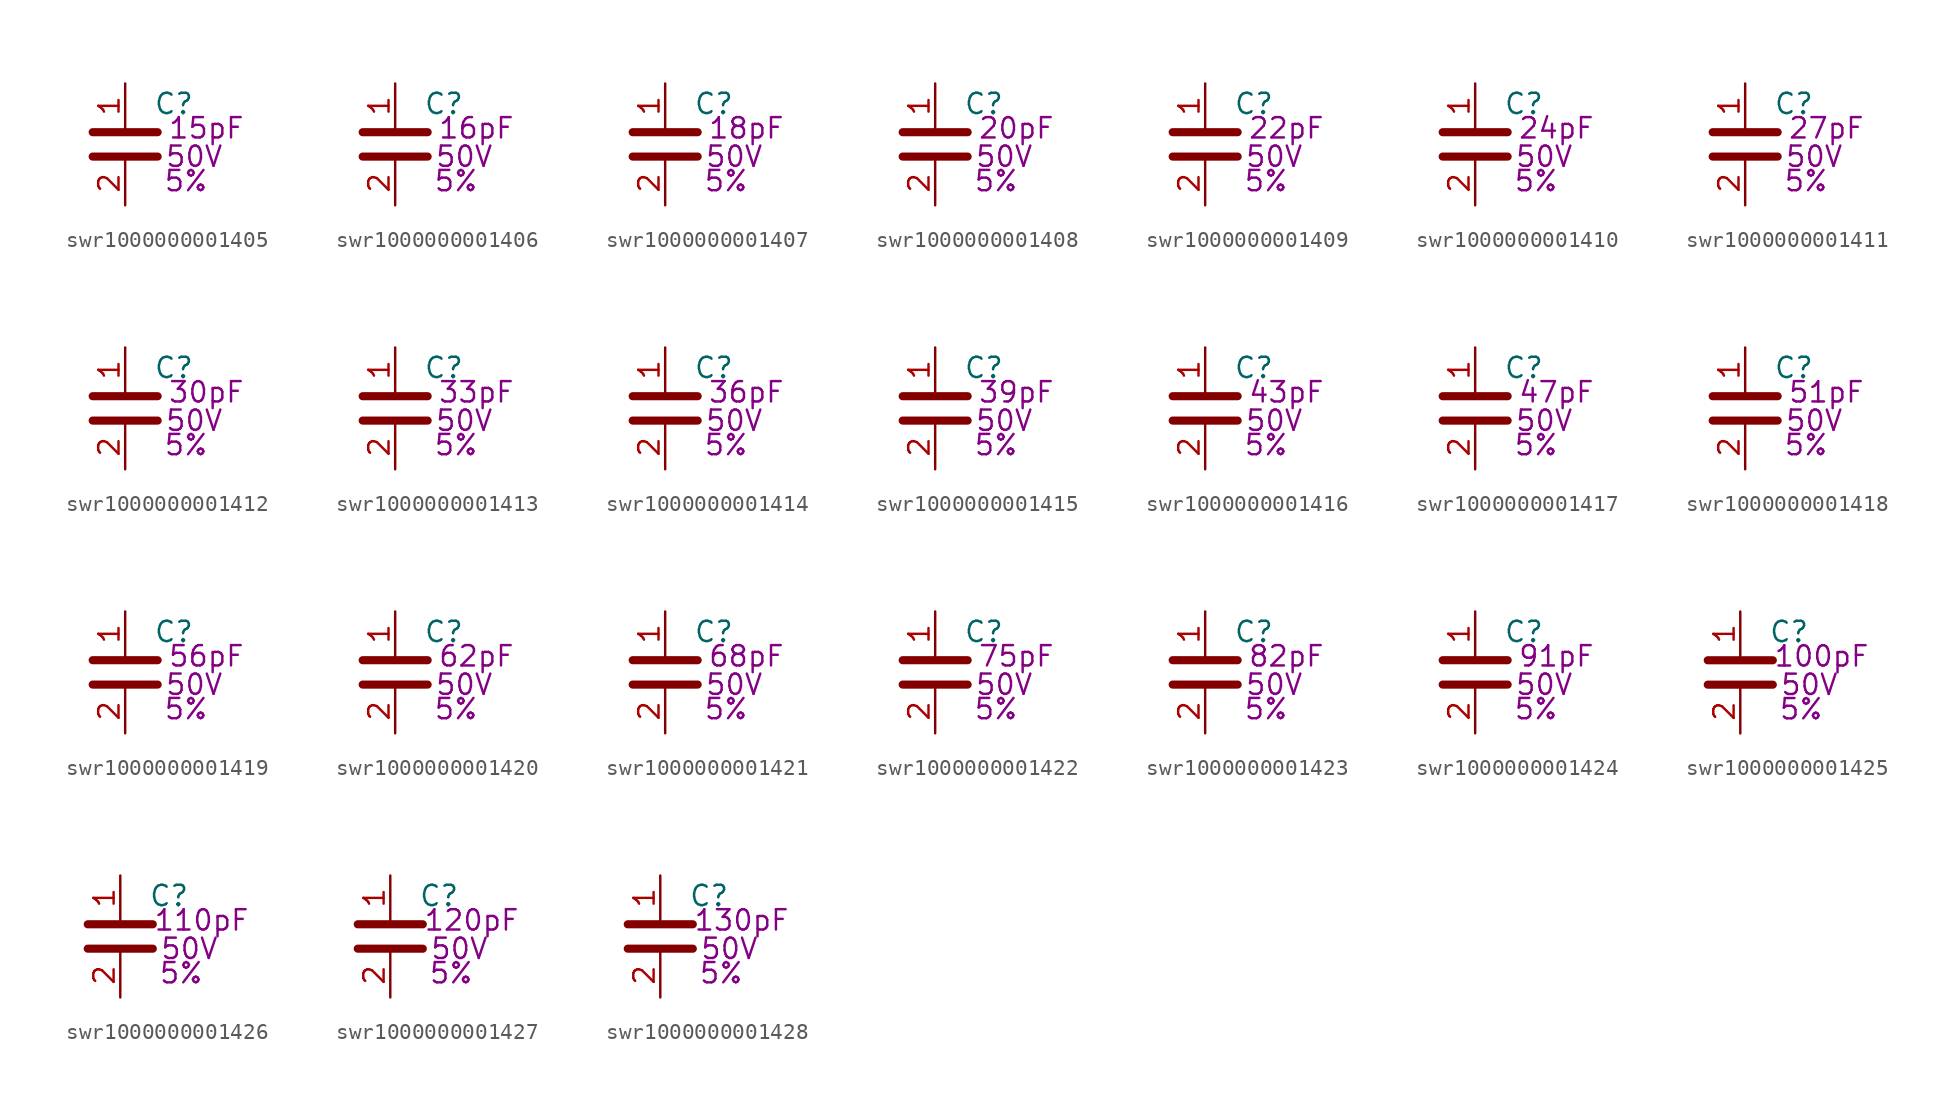
<source format=kicad_sym>
(kicad_symbol_lib
  (version 20220914)
  (generator kicad_symbol_editor)
  (symbol "swr1000000001405"
    (pin_names
      (offset 1.016))
    (property "Reference" "C"
      (at 3.048 2.54 0)
      (effects (font (size 1.27 1.27))))
    (property "PartValue" "15pF"
      (at 5.08 1.016 0)
      (effects (font (size 1.27 1.27))))
    (property "Voltage" "50V"
      (at 4.318 -0.762 0)
      (effects (font (size 1.27 1.27))))
    (property "Tolerance" "5%"
      (at 3.81 -2.286 0)
      (effects (font (size 1.27 1.27))))
    (symbol "swr1000000001405_1_1"
      (polyline (pts (xy -2.032 -0.762) (xy 2.032 -0.762)) (stroke (width 0.508) (type default)) (fill (type none)))
      (polyline (pts (xy -2.032 0.762) (xy 2.032 0.762)) (stroke (width 0.508) (type default)) (fill (type none)))
      (pin passive line (at 0 3.81 270) (length 2.794) (name "~" (effects (font (size 1.27 1.27)))) (number "1" (effects (font (size 1.27 1.27)))))
      (pin passive line (at 0 -3.81 90) (length 2.794) (name "~" (effects (font (size 1.27 1.27)))) (number "2" (effects (font (size 1.27 1.27)))))))
  (symbol "swr1000000001406"
    (pin_names
      (offset 1.016))
    (property "Reference" "C"
      (at 3.048 2.54 0)
      (effects (font (size 1.27 1.27))))
    (property "PartValue" "16pF"
      (at 5.08 1.016 0)
      (effects (font (size 1.27 1.27))))
    (property "Voltage" "50V"
      (at 4.318 -0.762 0)
      (effects (font (size 1.27 1.27))))
    (property "Tolerance" "5%"
      (at 3.81 -2.286 0)
      (effects (font (size 1.27 1.27))))
    (symbol "swr1000000001406_1_1"
      (polyline (pts (xy -2.032 -0.762) (xy 2.032 -0.762)) (stroke (width 0.508) (type default)) (fill (type none)))
      (polyline (pts (xy -2.032 0.762) (xy 2.032 0.762)) (stroke (width 0.508) (type default)) (fill (type none)))
      (pin passive line (at 0 3.81 270) (length 2.794) (name "~" (effects (font (size 1.27 1.27)))) (number "1" (effects (font (size 1.27 1.27)))))
      (pin passive line (at 0 -3.81 90) (length 2.794) (name "~" (effects (font (size 1.27 1.27)))) (number "2" (effects (font (size 1.27 1.27)))))))
  (symbol "swr1000000001407"
    (pin_names
      (offset 1.016))
    (property "Reference" "C"
      (at 3.048 2.54 0)
      (effects (font (size 1.27 1.27))))
    (property "PartValue" "18pF"
      (at 5.08 1.016 0)
      (effects (font (size 1.27 1.27))))
    (property "Voltage" "50V"
      (at 4.318 -0.762 0)
      (effects (font (size 1.27 1.27))))
    (property "Tolerance" "5%"
      (at 3.81 -2.286 0)
      (effects (font (size 1.27 1.27))))
    (symbol "swr1000000001407_1_1"
      (polyline (pts (xy -2.032 -0.762) (xy 2.032 -0.762)) (stroke (width 0.508) (type default)) (fill (type none)))
      (polyline (pts (xy -2.032 0.762) (xy 2.032 0.762)) (stroke (width 0.508) (type default)) (fill (type none)))
      (pin passive line (at 0 3.81 270) (length 2.794) (name "~" (effects (font (size 1.27 1.27)))) (number "1" (effects (font (size 1.27 1.27)))))
      (pin passive line (at 0 -3.81 90) (length 2.794) (name "~" (effects (font (size 1.27 1.27)))) (number "2" (effects (font (size 1.27 1.27)))))))
  (symbol "swr1000000001408"
    (pin_names
      (offset 1.016))
    (property "Reference" "C"
      (at 3.048 2.54 0)
      (effects (font (size 1.27 1.27))))
    (property "PartValue" "20pF"
      (at 5.08 1.016 0)
      (effects (font (size 1.27 1.27))))
    (property "Voltage" "50V"
      (at 4.318 -0.762 0)
      (effects (font (size 1.27 1.27))))
    (property "Tolerance" "5%"
      (at 3.81 -2.286 0)
      (effects (font (size 1.27 1.27))))
    (symbol "swr1000000001408_1_1"
      (polyline (pts (xy -2.032 -0.762) (xy 2.032 -0.762)) (stroke (width 0.508) (type default)) (fill (type none)))
      (polyline (pts (xy -2.032 0.762) (xy 2.032 0.762)) (stroke (width 0.508) (type default)) (fill (type none)))
      (pin passive line (at 0 3.81 270) (length 2.794) (name "~" (effects (font (size 1.27 1.27)))) (number "1" (effects (font (size 1.27 1.27)))))
      (pin passive line (at 0 -3.81 90) (length 2.794) (name "~" (effects (font (size 1.27 1.27)))) (number "2" (effects (font (size 1.27 1.27)))))))
  (symbol "swr1000000001409"
    (pin_names
      (offset 1.016))
    (property "Reference" "C"
      (at 3.048 2.54 0)
      (effects (font (size 1.27 1.27))))
    (property "PartValue" "22pF"
      (at 5.08 1.016 0)
      (effects (font (size 1.27 1.27))))
    (property "Voltage" "50V"
      (at 4.318 -0.762 0)
      (effects (font (size 1.27 1.27))))
    (property "Tolerance" "5%"
      (at 3.81 -2.286 0)
      (effects (font (size 1.27 1.27))))
    (symbol "swr1000000001409_1_1"
      (polyline (pts (xy -2.032 -0.762) (xy 2.032 -0.762)) (stroke (width 0.508) (type default)) (fill (type none)))
      (polyline (pts (xy -2.032 0.762) (xy 2.032 0.762)) (stroke (width 0.508) (type default)) (fill (type none)))
      (pin passive line (at 0 3.81 270) (length 2.794) (name "~" (effects (font (size 1.27 1.27)))) (number "1" (effects (font (size 1.27 1.27)))))
      (pin passive line (at 0 -3.81 90) (length 2.794) (name "~" (effects (font (size 1.27 1.27)))) (number "2" (effects (font (size 1.27 1.27)))))))
  (symbol "swr1000000001410"
    (pin_names
      (offset 1.016))
    (property "Reference" "C"
      (at 3.048 2.54 0)
      (effects (font (size 1.27 1.27))))
    (property "PartValue" "24pF"
      (at 5.08 1.016 0)
      (effects (font (size 1.27 1.27))))
    (property "Voltage" "50V"
      (at 4.318 -0.762 0)
      (effects (font (size 1.27 1.27))))
    (property "Tolerance" "5%"
      (at 3.81 -2.286 0)
      (effects (font (size 1.27 1.27))))
    (symbol "swr1000000001410_1_1"
      (polyline (pts (xy -2.032 -0.762) (xy 2.032 -0.762)) (stroke (width 0.508) (type default)) (fill (type none)))
      (polyline (pts (xy -2.032 0.762) (xy 2.032 0.762)) (stroke (width 0.508) (type default)) (fill (type none)))
      (pin passive line (at 0 3.81 270) (length 2.794) (name "~" (effects (font (size 1.27 1.27)))) (number "1" (effects (font (size 1.27 1.27)))))
      (pin passive line (at 0 -3.81 90) (length 2.794) (name "~" (effects (font (size 1.27 1.27)))) (number "2" (effects (font (size 1.27 1.27)))))))
  (symbol "swr1000000001411"
    (pin_names
      (offset 1.016))
    (property "Reference" "C"
      (at 3.048 2.54 0)
      (effects (font (size 1.27 1.27))))
    (property "PartValue" "27pF"
      (at 5.08 1.016 0)
      (effects (font (size 1.27 1.27))))
    (property "Voltage" "50V"
      (at 4.318 -0.762 0)
      (effects (font (size 1.27 1.27))))
    (property "Tolerance" "5%"
      (at 3.81 -2.286 0)
      (effects (font (size 1.27 1.27))))
    (symbol "swr1000000001411_1_1"
      (polyline (pts (xy -2.032 -0.762) (xy 2.032 -0.762)) (stroke (width 0.508) (type default)) (fill (type none)))
      (polyline (pts (xy -2.032 0.762) (xy 2.032 0.762)) (stroke (width 0.508) (type default)) (fill (type none)))
      (pin passive line (at 0 3.81 270) (length 2.794) (name "~" (effects (font (size 1.27 1.27)))) (number "1" (effects (font (size 1.27 1.27)))))
      (pin passive line (at 0 -3.81 90) (length 2.794) (name "~" (effects (font (size 1.27 1.27)))) (number "2" (effects (font (size 1.27 1.27)))))))
  (symbol "swr1000000001412"
    (pin_names
      (offset 1.016))
    (property "Reference" "C"
      (at 3.048 2.54 0)
      (effects (font (size 1.27 1.27))))
    (property "PartValue" "30pF"
      (at 5.08 1.016 0)
      (effects (font (size 1.27 1.27))))
    (property "Voltage" "50V"
      (at 4.318 -0.762 0)
      (effects (font (size 1.27 1.27))))
    (property "Tolerance" "5%"
      (at 3.81 -2.286 0)
      (effects (font (size 1.27 1.27))))
    (symbol "swr1000000001412_1_1"
      (polyline (pts (xy -2.032 -0.762) (xy 2.032 -0.762)) (stroke (width 0.508) (type default)) (fill (type none)))
      (polyline (pts (xy -2.032 0.762) (xy 2.032 0.762)) (stroke (width 0.508) (type default)) (fill (type none)))
      (pin passive line (at 0 3.81 270) (length 2.794) (name "~" (effects (font (size 1.27 1.27)))) (number "1" (effects (font (size 1.27 1.27)))))
      (pin passive line (at 0 -3.81 90) (length 2.794) (name "~" (effects (font (size 1.27 1.27)))) (number "2" (effects (font (size 1.27 1.27)))))))
  (symbol "swr1000000001413"
    (pin_names
      (offset 1.016))
    (property "Reference" "C"
      (at 3.048 2.54 0)
      (effects (font (size 1.27 1.27))))
    (property "PartValue" "33pF"
      (at 5.08 1.016 0)
      (effects (font (size 1.27 1.27))))
    (property "Voltage" "50V"
      (at 4.318 -0.762 0)
      (effects (font (size 1.27 1.27))))
    (property "Tolerance" "5%"
      (at 3.81 -2.286 0)
      (effects (font (size 1.27 1.27))))
    (symbol "swr1000000001413_1_1"
      (polyline (pts (xy -2.032 -0.762) (xy 2.032 -0.762)) (stroke (width 0.508) (type default)) (fill (type none)))
      (polyline (pts (xy -2.032 0.762) (xy 2.032 0.762)) (stroke (width 0.508) (type default)) (fill (type none)))
      (pin passive line (at 0 3.81 270) (length 2.794) (name "~" (effects (font (size 1.27 1.27)))) (number "1" (effects (font (size 1.27 1.27)))))
      (pin passive line (at 0 -3.81 90) (length 2.794) (name "~" (effects (font (size 1.27 1.27)))) (number "2" (effects (font (size 1.27 1.27)))))))
  (symbol "swr1000000001414"
    (pin_names
      (offset 1.016))
    (property "Reference" "C"
      (at 3.048 2.54 0)
      (effects (font (size 1.27 1.27))))
    (property "PartValue" "36pF"
      (at 5.08 1.016 0)
      (effects (font (size 1.27 1.27))))
    (property "Voltage" "50V"
      (at 4.318 -0.762 0)
      (effects (font (size 1.27 1.27))))
    (property "Tolerance" "5%"
      (at 3.81 -2.286 0)
      (effects (font (size 1.27 1.27))))
    (symbol "swr1000000001414_1_1"
      (polyline (pts (xy -2.032 -0.762) (xy 2.032 -0.762)) (stroke (width 0.508) (type default)) (fill (type none)))
      (polyline (pts (xy -2.032 0.762) (xy 2.032 0.762)) (stroke (width 0.508) (type default)) (fill (type none)))
      (pin passive line (at 0 3.81 270) (length 2.794) (name "~" (effects (font (size 1.27 1.27)))) (number "1" (effects (font (size 1.27 1.27)))))
      (pin passive line (at 0 -3.81 90) (length 2.794) (name "~" (effects (font (size 1.27 1.27)))) (number "2" (effects (font (size 1.27 1.27)))))))
  (symbol "swr1000000001415"
    (pin_names
      (offset 1.016))
    (property "Reference" "C"
      (at 3.048 2.54 0)
      (effects (font (size 1.27 1.27))))
    (property "PartValue" "39pF"
      (at 5.08 1.016 0)
      (effects (font (size 1.27 1.27))))
    (property "Voltage" "50V"
      (at 4.318 -0.762 0)
      (effects (font (size 1.27 1.27))))
    (property "Tolerance" "5%"
      (at 3.81 -2.286 0)
      (effects (font (size 1.27 1.27))))
    (symbol "swr1000000001415_1_1"
      (polyline (pts (xy -2.032 -0.762) (xy 2.032 -0.762)) (stroke (width 0.508) (type default)) (fill (type none)))
      (polyline (pts (xy -2.032 0.762) (xy 2.032 0.762)) (stroke (width 0.508) (type default)) (fill (type none)))
      (pin passive line (at 0 3.81 270) (length 2.794) (name "~" (effects (font (size 1.27 1.27)))) (number "1" (effects (font (size 1.27 1.27)))))
      (pin passive line (at 0 -3.81 90) (length 2.794) (name "~" (effects (font (size 1.27 1.27)))) (number "2" (effects (font (size 1.27 1.27)))))))
  (symbol "swr1000000001416"
    (pin_names
      (offset 1.016))
    (property "Reference" "C"
      (at 3.048 2.54 0)
      (effects (font (size 1.27 1.27))))
    (property "PartValue" "43pF"
      (at 5.08 1.016 0)
      (effects (font (size 1.27 1.27))))
    (property "Voltage" "50V"
      (at 4.318 -0.762 0)
      (effects (font (size 1.27 1.27))))
    (property "Tolerance" "5%"
      (at 3.81 -2.286 0)
      (effects (font (size 1.27 1.27))))
    (symbol "swr1000000001416_1_1"
      (polyline (pts (xy -2.032 -0.762) (xy 2.032 -0.762)) (stroke (width 0.508) (type default)) (fill (type none)))
      (polyline (pts (xy -2.032 0.762) (xy 2.032 0.762)) (stroke (width 0.508) (type default)) (fill (type none)))
      (pin passive line (at 0 3.81 270) (length 2.794) (name "~" (effects (font (size 1.27 1.27)))) (number "1" (effects (font (size 1.27 1.27)))))
      (pin passive line (at 0 -3.81 90) (length 2.794) (name "~" (effects (font (size 1.27 1.27)))) (number "2" (effects (font (size 1.27 1.27)))))))
  (symbol "swr1000000001417"
    (pin_names
      (offset 1.016))
    (property "Reference" "C"
      (at 3.048 2.54 0)
      (effects (font (size 1.27 1.27))))
    (property "PartValue" "47pF"
      (at 5.08 1.016 0)
      (effects (font (size 1.27 1.27))))
    (property "Voltage" "50V"
      (at 4.318 -0.762 0)
      (effects (font (size 1.27 1.27))))
    (property "Tolerance" "5%"
      (at 3.81 -2.286 0)
      (effects (font (size 1.27 1.27))))
    (symbol "swr1000000001417_1_1"
      (polyline (pts (xy -2.032 -0.762) (xy 2.032 -0.762)) (stroke (width 0.508) (type default)) (fill (type none)))
      (polyline (pts (xy -2.032 0.762) (xy 2.032 0.762)) (stroke (width 0.508) (type default)) (fill (type none)))
      (pin passive line (at 0 3.81 270) (length 2.794) (name "~" (effects (font (size 1.27 1.27)))) (number "1" (effects (font (size 1.27 1.27)))))
      (pin passive line (at 0 -3.81 90) (length 2.794) (name "~" (effects (font (size 1.27 1.27)))) (number "2" (effects (font (size 1.27 1.27)))))))
  (symbol "swr1000000001418"
    (pin_names
      (offset 1.016))
    (property "Reference" "C"
      (at 3.048 2.54 0)
      (effects (font (size 1.27 1.27))))
    (property "PartValue" "51pF"
      (at 5.08 1.016 0)
      (effects (font (size 1.27 1.27))))
    (property "Voltage" "50V"
      (at 4.318 -0.762 0)
      (effects (font (size 1.27 1.27))))
    (property "Tolerance" "5%"
      (at 3.81 -2.286 0)
      (effects (font (size 1.27 1.27))))
    (symbol "swr1000000001418_1_1"
      (polyline (pts (xy -2.032 -0.762) (xy 2.032 -0.762)) (stroke (width 0.508) (type default)) (fill (type none)))
      (polyline (pts (xy -2.032 0.762) (xy 2.032 0.762)) (stroke (width 0.508) (type default)) (fill (type none)))
      (pin passive line (at 0 3.81 270) (length 2.794) (name "~" (effects (font (size 1.27 1.27)))) (number "1" (effects (font (size 1.27 1.27)))))
      (pin passive line (at 0 -3.81 90) (length 2.794) (name "~" (effects (font (size 1.27 1.27)))) (number "2" (effects (font (size 1.27 1.27)))))))
  (symbol "swr1000000001419"
    (pin_names
      (offset 1.016))
    (property "Reference" "C"
      (at 3.048 2.54 0)
      (effects (font (size 1.27 1.27))))
    (property "PartValue" "56pF"
      (at 5.08 1.016 0)
      (effects (font (size 1.27 1.27))))
    (property "Voltage" "50V"
      (at 4.318 -0.762 0)
      (effects (font (size 1.27 1.27))))
    (property "Tolerance" "5%"
      (at 3.81 -2.286 0)
      (effects (font (size 1.27 1.27))))
    (symbol "swr1000000001419_1_1"
      (polyline (pts (xy -2.032 -0.762) (xy 2.032 -0.762)) (stroke (width 0.508) (type default)) (fill (type none)))
      (polyline (pts (xy -2.032 0.762) (xy 2.032 0.762)) (stroke (width 0.508) (type default)) (fill (type none)))
      (pin passive line (at 0 3.81 270) (length 2.794) (name "~" (effects (font (size 1.27 1.27)))) (number "1" (effects (font (size 1.27 1.27)))))
      (pin passive line (at 0 -3.81 90) (length 2.794) (name "~" (effects (font (size 1.27 1.27)))) (number "2" (effects (font (size 1.27 1.27)))))))
  (symbol "swr1000000001420"
    (pin_names
      (offset 1.016))
    (property "Reference" "C"
      (at 3.048 2.54 0)
      (effects (font (size 1.27 1.27))))
    (property "PartValue" "62pF"
      (at 5.08 1.016 0)
      (effects (font (size 1.27 1.27))))
    (property "Voltage" "50V"
      (at 4.318 -0.762 0)
      (effects (font (size 1.27 1.27))))
    (property "Tolerance" "5%"
      (at 3.81 -2.286 0)
      (effects (font (size 1.27 1.27))))
    (symbol "swr1000000001420_1_1"
      (polyline (pts (xy -2.032 -0.762) (xy 2.032 -0.762)) (stroke (width 0.508) (type default)) (fill (type none)))
      (polyline (pts (xy -2.032 0.762) (xy 2.032 0.762)) (stroke (width 0.508) (type default)) (fill (type none)))
      (pin passive line (at 0 3.81 270) (length 2.794) (name "~" (effects (font (size 1.27 1.27)))) (number "1" (effects (font (size 1.27 1.27)))))
      (pin passive line (at 0 -3.81 90) (length 2.794) (name "~" (effects (font (size 1.27 1.27)))) (number "2" (effects (font (size 1.27 1.27)))))))
  (symbol "swr1000000001421"
    (pin_names
      (offset 1.016))
    (property "Reference" "C"
      (at 3.048 2.54 0)
      (effects (font (size 1.27 1.27))))
    (property "PartValue" "68pF"
      (at 5.08 1.016 0)
      (effects (font (size 1.27 1.27))))
    (property "Voltage" "50V"
      (at 4.318 -0.762 0)
      (effects (font (size 1.27 1.27))))
    (property "Tolerance" "5%"
      (at 3.81 -2.286 0)
      (effects (font (size 1.27 1.27))))
    (symbol "swr1000000001421_1_1"
      (polyline (pts (xy -2.032 -0.762) (xy 2.032 -0.762)) (stroke (width 0.508) (type default)) (fill (type none)))
      (polyline (pts (xy -2.032 0.762) (xy 2.032 0.762)) (stroke (width 0.508) (type default)) (fill (type none)))
      (pin passive line (at 0 3.81 270) (length 2.794) (name "~" (effects (font (size 1.27 1.27)))) (number "1" (effects (font (size 1.27 1.27)))))
      (pin passive line (at 0 -3.81 90) (length 2.794) (name "~" (effects (font (size 1.27 1.27)))) (number "2" (effects (font (size 1.27 1.27)))))))
  (symbol "swr1000000001422"
    (pin_names
      (offset 1.016))
    (property "Reference" "C"
      (at 3.048 2.54 0)
      (effects (font (size 1.27 1.27))))
    (property "PartValue" "75pF"
      (at 5.08 1.016 0)
      (effects (font (size 1.27 1.27))))
    (property "Voltage" "50V"
      (at 4.318 -0.762 0)
      (effects (font (size 1.27 1.27))))
    (property "Tolerance" "5%"
      (at 3.81 -2.286 0)
      (effects (font (size 1.27 1.27))))
    (symbol "swr1000000001422_1_1"
      (polyline (pts (xy -2.032 -0.762) (xy 2.032 -0.762)) (stroke (width 0.508) (type default)) (fill (type none)))
      (polyline (pts (xy -2.032 0.762) (xy 2.032 0.762)) (stroke (width 0.508) (type default)) (fill (type none)))
      (pin passive line (at 0 3.81 270) (length 2.794) (name "~" (effects (font (size 1.27 1.27)))) (number "1" (effects (font (size 1.27 1.27)))))
      (pin passive line (at 0 -3.81 90) (length 2.794) (name "~" (effects (font (size 1.27 1.27)))) (number "2" (effects (font (size 1.27 1.27)))))))
  (symbol "swr1000000001423"
    (pin_names
      (offset 1.016))
    (property "Reference" "C"
      (at 3.048 2.54 0)
      (effects (font (size 1.27 1.27))))
    (property "PartValue" "82pF"
      (at 5.08 1.016 0)
      (effects (font (size 1.27 1.27))))
    (property "Voltage" "50V"
      (at 4.318 -0.762 0)
      (effects (font (size 1.27 1.27))))
    (property "Tolerance" "5%"
      (at 3.81 -2.286 0)
      (effects (font (size 1.27 1.27))))
    (symbol "swr1000000001423_1_1"
      (polyline (pts (xy -2.032 -0.762) (xy 2.032 -0.762)) (stroke (width 0.508) (type default)) (fill (type none)))
      (polyline (pts (xy -2.032 0.762) (xy 2.032 0.762)) (stroke (width 0.508) (type default)) (fill (type none)))
      (pin passive line (at 0 3.81 270) (length 2.794) (name "~" (effects (font (size 1.27 1.27)))) (number "1" (effects (font (size 1.27 1.27)))))
      (pin passive line (at 0 -3.81 90) (length 2.794) (name "~" (effects (font (size 1.27 1.27)))) (number "2" (effects (font (size 1.27 1.27)))))))
  (symbol "swr1000000001424"
    (pin_names
      (offset 1.016))
    (property "Reference" "C"
      (at 3.048 2.54 0)
      (effects (font (size 1.27 1.27))))
    (property "PartValue" "91pF"
      (at 5.08 1.016 0)
      (effects (font (size 1.27 1.27))))
    (property "Voltage" "50V"
      (at 4.318 -0.762 0)
      (effects (font (size 1.27 1.27))))
    (property "Tolerance" "5%"
      (at 3.81 -2.286 0)
      (effects (font (size 1.27 1.27))))
    (symbol "swr1000000001424_1_1"
      (polyline (pts (xy -2.032 -0.762) (xy 2.032 -0.762)) (stroke (width 0.508) (type default)) (fill (type none)))
      (polyline (pts (xy -2.032 0.762) (xy 2.032 0.762)) (stroke (width 0.508) (type default)) (fill (type none)))
      (pin passive line (at 0 3.81 270) (length 2.794) (name "~" (effects (font (size 1.27 1.27)))) (number "1" (effects (font (size 1.27 1.27)))))
      (pin passive line (at 0 -3.81 90) (length 2.794) (name "~" (effects (font (size 1.27 1.27)))) (number "2" (effects (font (size 1.27 1.27)))))))
  (symbol "swr1000000001425"
    (pin_names
      (offset 1.016))
    (property "Reference" "C"
      (at 3.048 2.54 0)
      (effects (font (size 1.27 1.27))))
    (property "PartValue" "100pF"
      (at 5.08 1.016 0)
      (effects (font (size 1.27 1.27))))
    (property "Voltage" "50V"
      (at 4.318 -0.762 0)
      (effects (font (size 1.27 1.27))))
    (property "Tolerance" "5%"
      (at 3.81 -2.286 0)
      (effects (font (size 1.27 1.27))))
    (symbol "swr1000000001425_1_1"
      (polyline (pts (xy -2.032 -0.762) (xy 2.032 -0.762)) (stroke (width 0.508) (type default)) (fill (type none)))
      (polyline (pts (xy -2.032 0.762) (xy 2.032 0.762)) (stroke (width 0.508) (type default)) (fill (type none)))
      (pin passive line (at 0 3.81 270) (length 2.794) (name "~" (effects (font (size 1.27 1.27)))) (number "1" (effects (font (size 1.27 1.27)))))
      (pin passive line (at 0 -3.81 90) (length 2.794) (name "~" (effects (font (size 1.27 1.27)))) (number "2" (effects (font (size 1.27 1.27)))))))
  (symbol "swr1000000001426"
    (pin_names
      (offset 1.016))
    (property "Reference" "C"
      (at 3.048 2.54 0)
      (effects (font (size 1.27 1.27))))
    (property "PartValue" "110pF"
      (at 5.08 1.016 0)
      (effects (font (size 1.27 1.27))))
    (property "Voltage" "50V"
      (at 4.318 -0.762 0)
      (effects (font (size 1.27 1.27))))
    (property "Tolerance" "5%"
      (at 3.81 -2.286 0)
      (effects (font (size 1.27 1.27))))
    (symbol "swr1000000001426_1_1"
      (polyline (pts (xy -2.032 -0.762) (xy 2.032 -0.762)) (stroke (width 0.508) (type default)) (fill (type none)))
      (polyline (pts (xy -2.032 0.762) (xy 2.032 0.762)) (stroke (width 0.508) (type default)) (fill (type none)))
      (pin passive line (at 0 3.81 270) (length 2.794) (name "~" (effects (font (size 1.27 1.27)))) (number "1" (effects (font (size 1.27 1.27)))))
      (pin passive line (at 0 -3.81 90) (length 2.794) (name "~" (effects (font (size 1.27 1.27)))) (number "2" (effects (font (size 1.27 1.27)))))))
  (symbol "swr1000000001427"
    (pin_names
      (offset 1.016))
    (property "Reference" "C"
      (at 3.048 2.54 0)
      (effects (font (size 1.27 1.27))))
    (property "PartValue" "120pF"
      (at 5.08 1.016 0)
      (effects (font (size 1.27 1.27))))
    (property "Voltage" "50V"
      (at 4.318 -0.762 0)
      (effects (font (size 1.27 1.27))))
    (property "Tolerance" "5%"
      (at 3.81 -2.286 0)
      (effects (font (size 1.27 1.27))))
    (symbol "swr1000000001427_1_1"
      (polyline (pts (xy -2.032 -0.762) (xy 2.032 -0.762)) (stroke (width 0.508) (type default)) (fill (type none)))
      (polyline (pts (xy -2.032 0.762) (xy 2.032 0.762)) (stroke (width 0.508) (type default)) (fill (type none)))
      (pin passive line (at 0 3.81 270) (length 2.794) (name "~" (effects (font (size 1.27 1.27)))) (number "1" (effects (font (size 1.27 1.27)))))
      (pin passive line (at 0 -3.81 90) (length 2.794) (name "~" (effects (font (size 1.27 1.27)))) (number "2" (effects (font (size 1.27 1.27)))))))
  (symbol "swr1000000001428"
    (pin_names
      (offset 1.016))
    (property "Reference" "C"
      (at 3.048 2.54 0)
      (effects (font (size 1.27 1.27))))
    (property "PartValue" "130pF"
      (at 5.08 1.016 0)
      (effects (font (size 1.27 1.27))))
    (property "Voltage" "50V"
      (at 4.318 -0.762 0)
      (effects (font (size 1.27 1.27))))
    (property "Tolerance" "5%"
      (at 3.81 -2.286 0)
      (effects (font (size 1.27 1.27))))
    (symbol "swr1000000001428_1_1"
      (polyline (pts (xy -2.032 -0.762) (xy 2.032 -0.762)) (stroke (width 0.508) (type default)) (fill (type none)))
      (polyline (pts (xy -2.032 0.762) (xy 2.032 0.762)) (stroke (width 0.508) (type default)) (fill (type none)))
      (pin passive line (at 0 3.81 270) (length 2.794) (name "~" (effects (font (size 1.27 1.27)))) (number "1" (effects (font (size 1.27 1.27)))))
      (pin passive line (at 0 -3.81 90) (length 2.794) (name "~" (effects (font (size 1.27 1.27)))) (number "2" (effects (font (size 1.27 1.27))))))))
</source>
